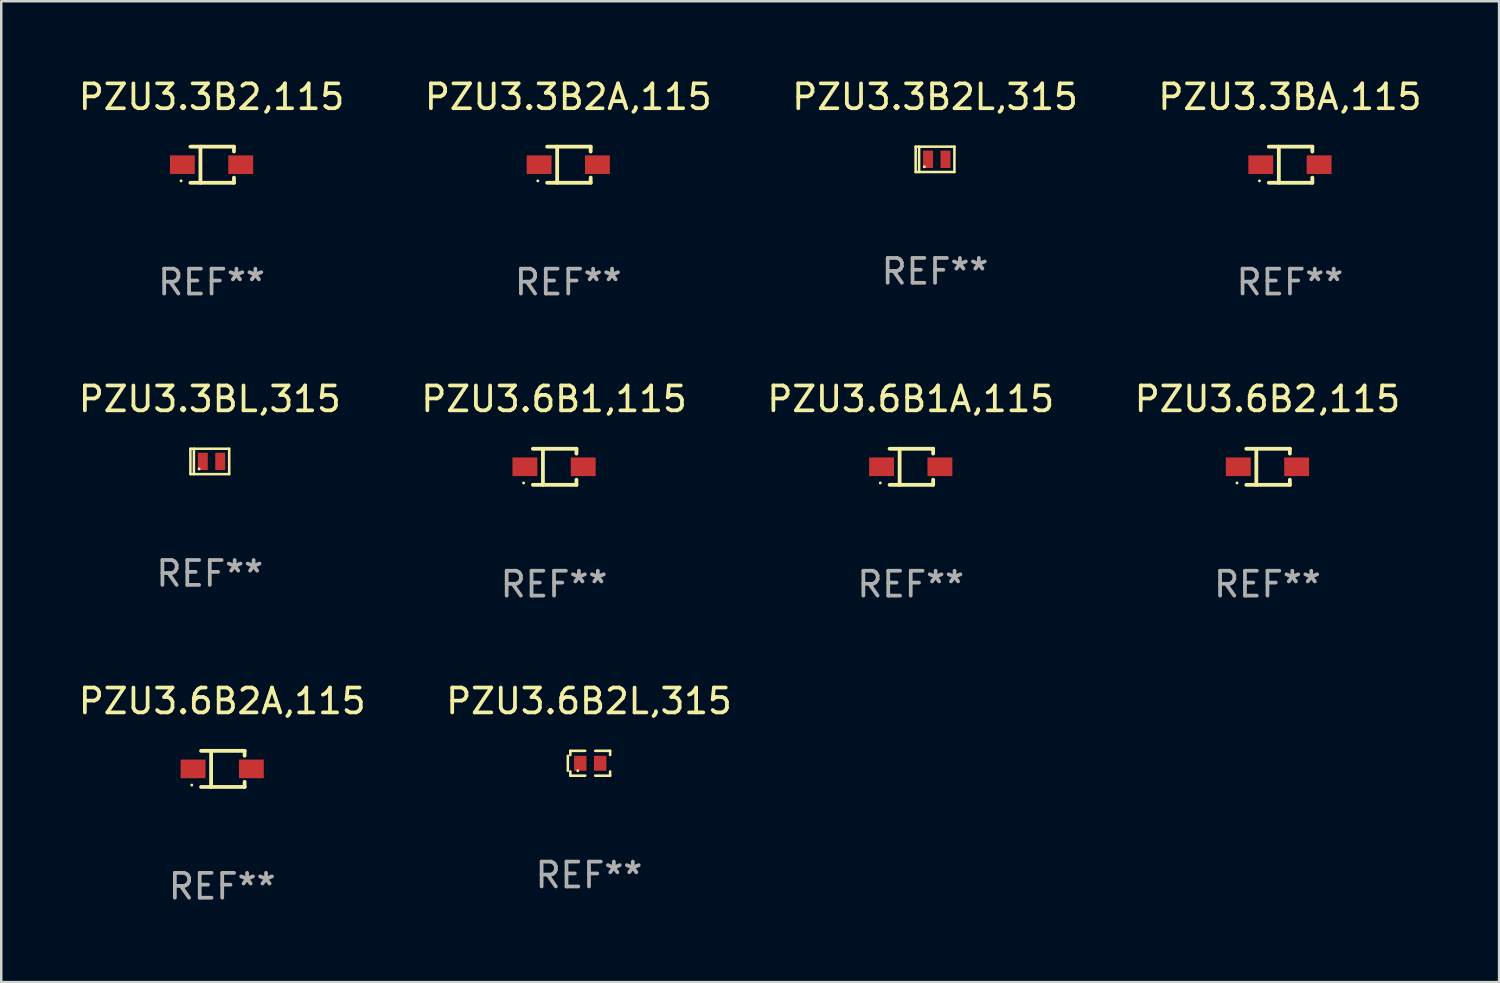
<source format=kicad_pcb>
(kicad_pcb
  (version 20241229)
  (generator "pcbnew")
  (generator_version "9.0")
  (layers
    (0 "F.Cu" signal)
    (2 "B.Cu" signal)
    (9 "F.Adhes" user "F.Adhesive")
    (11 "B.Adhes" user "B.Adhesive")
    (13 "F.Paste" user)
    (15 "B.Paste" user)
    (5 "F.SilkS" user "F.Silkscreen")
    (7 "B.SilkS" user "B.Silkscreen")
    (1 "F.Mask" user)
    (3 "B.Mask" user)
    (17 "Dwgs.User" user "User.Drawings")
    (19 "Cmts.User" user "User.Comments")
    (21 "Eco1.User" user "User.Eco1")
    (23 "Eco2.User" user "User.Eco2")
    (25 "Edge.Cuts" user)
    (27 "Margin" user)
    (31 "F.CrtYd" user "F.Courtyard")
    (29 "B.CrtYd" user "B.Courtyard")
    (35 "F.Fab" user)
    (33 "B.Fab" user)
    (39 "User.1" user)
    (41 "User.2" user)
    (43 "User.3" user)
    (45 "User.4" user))
  (footprint "PZU3.3B2,115"
    (layer "F.Cu")
    (at 5.458 3.574)
    (property "Reference" "PZU3.3B2,115" (at 0 -2.726 0) (layer "F.SilkS") (effects (font (size 1 1) (thickness 0.15))))
    (attr through_hole)
    (fp_line (start -0.851 -0.726) (end 0.901 -0.726) (stroke (width 0.152) (type solid)) (layer "F.SilkS"))
    (fp_line (start -0.851 0.726) (end 0.901 0.726) (stroke (width 0.152) (type solid)) (layer "F.SilkS"))
    (fp_line (start -0.447 -0.726) (end -0.447 0.726) (stroke (width 0.152) (type solid)) (layer "F.SilkS"))
    (fp_line (start 0.901 -0.726) (end 0.901 -0.53) (stroke (width 0.152) (type solid)) (layer "F.SilkS"))
    (fp_line (start 0.901 0.726) (end 0.901 0.52) (stroke (width 0.152) (type solid)) (layer "F.SilkS"))
    (fp_circle (center -1.225 0.65) (end -1.195 0.65) (stroke (width 0.06) (type solid)) (fill no) (layer "F.SilkS"))
    (fp_text user "REF**" (at 0 4.726 0) (layer "F.Fab") (effects (font (size 1 1) (thickness 0.15))))
    (pad "1" smd rect (at -1.173 0) (size 1 0.75) (layers "F.Cu" "F.Mask" "F.Paste"))
    (pad "2" smd rect (at 1.173 0) (size 1 0.75) (layers "F.Cu" "F.Mask" "F.Paste")))
  (footprint "PZU3.3B2L,315"
    (layer "F.Cu")
    (at 34.554 3.358)
    (property "Reference" "PZU3.3B2L,315" (at 0 -2.51 0) (layer "F.SilkS") (effects (font (size 1 1) (thickness 0.15))))
    (attr through_hole)
    (fp_line (start -0.78 -0.51) (end -0.78 0.51) (stroke (width 0.102) (type solid)) (layer "F.SilkS"))
    (fp_line (start -0.78 -0.51) (end 0.78 -0.51) (stroke (width 0.102) (type solid)) (layer "F.SilkS"))
    (fp_line (start -0.78 0.51) (end 0.78 0.51) (stroke (width 0.102) (type solid)) (layer "F.SilkS"))
    (fp_line (start -0.64 -0.51) (end -0.64 0.51) (stroke (width 0.102) (type solid)) (layer "F.SilkS"))
    (fp_line (start 0.78 -0.51) (end 0.78 0.51) (stroke (width 0.102) (type solid)) (layer "F.SilkS"))
    (fp_circle (center -0.43 0.3) (end -0.4 0.3) (stroke (width 0.06) (type solid)) (fill no) (layer "F.SilkS"))
    (fp_text user "REF**" (at 0 4.51 0) (layer "F.Fab") (effects (font (size 1 1) (thickness 0.15))))
    (pad "1" smd rect (at -0.28 0) (size 0.4 0.7) (layers "F.Cu" "F.Mask" "F.Paste"))
    (pad "2" smd rect (at 0.42 0) (size 0.4 0.7) (layers "F.Cu" "F.Mask" "F.Paste")))
  (footprint "PZU3.6B1A,115"
    (layer "F.Cu")
    (at 33.577 15.723)
    (property "Reference" "PZU3.6B1A,115" (at 0 -2.726 0) (layer "F.SilkS") (effects (font (size 1 1) (thickness 0.15))))
    (attr through_hole)
    (fp_line (start -0.851 -0.726) (end 0.901 -0.726) (stroke (width 0.152) (type solid)) (layer "F.SilkS"))
    (fp_line (start -0.851 0.726) (end 0.901 0.726) (stroke (width 0.152) (type solid)) (layer "F.SilkS"))
    (fp_line (start -0.447 -0.726) (end -0.447 0.726) (stroke (width 0.152) (type solid)) (layer "F.SilkS"))
    (fp_line (start 0.901 -0.726) (end 0.901 -0.53) (stroke (width 0.152) (type solid)) (layer "F.SilkS"))
    (fp_line (start 0.901 0.726) (end 0.901 0.52) (stroke (width 0.152) (type solid)) (layer "F.SilkS"))
    (fp_circle (center -1.225 0.65) (end -1.195 0.65) (stroke (width 0.06) (type solid)) (fill no) (layer "F.SilkS"))
    (fp_text user "REF**" (at 0 4.726 0) (layer "F.Fab") (effects (font (size 1 1) (thickness 0.15))))
    (pad "1" smd rect (at -1.173 0) (size 1 0.75) (layers "F.Cu" "F.Mask" "F.Paste"))
    (pad "2" smd rect (at 1.173 0) (size 1 0.75) (layers "F.Cu" "F.Mask" "F.Paste")))
  (footprint "PZU3.3BA,115"
    (layer "F.Cu")
    (at 48.827 3.574)
    (property "Reference" "PZU3.3BA,115" (at 0 -2.726 0) (layer "F.SilkS") (effects (font (size 1 1) (thickness 0.15))))
    (attr through_hole)
    (fp_line (start -0.851 -0.726) (end 0.901 -0.726) (stroke (width 0.152) (type solid)) (layer "F.SilkS"))
    (fp_line (start -0.851 0.726) (end 0.901 0.726) (stroke (width 0.152) (type solid)) (layer "F.SilkS"))
    (fp_line (start -0.447 -0.726) (end -0.447 0.726) (stroke (width 0.152) (type solid)) (layer "F.SilkS"))
    (fp_line (start 0.901 -0.726) (end 0.901 -0.53) (stroke (width 0.152) (type solid)) (layer "F.SilkS"))
    (fp_line (start 0.901 0.726) (end 0.901 0.52) (stroke (width 0.152) (type solid)) (layer "F.SilkS"))
    (fp_circle (center -1.225 0.65) (end -1.195 0.65) (stroke (width 0.06) (type solid)) (fill no) (layer "F.SilkS"))
    (fp_text user "REF**" (at 0 4.726 0) (layer "F.Fab") (effects (font (size 1 1) (thickness 0.15))))
    (pad "1" smd rect (at -1.173 0) (size 1 0.75) (layers "F.Cu" "F.Mask" "F.Paste"))
    (pad "2" smd rect (at 1.173 0) (size 1 0.75) (layers "F.Cu" "F.Mask" "F.Paste")))
  (footprint "PZU3.6B2L,315"
    (layer "F.Cu")
    (at 20.637 27.646)
    (property "Reference" "PZU3.6B2L,315" (at 0 -2.5 0) (layer "F.SilkS") (effects (font (size 1 1) (thickness 0.15))))
    (attr through_hole)
    (fp_line (start -0.85 -0.3) (end -0.85 0.3) (stroke (width 0.102) (type solid)) (layer "F.SilkS"))
    (fp_line (start -0.75 -0.5) (end -0.75 -0.329) (stroke (width 0.102) (type solid)) (layer "F.SilkS"))
    (fp_line (start -0.75 0.329) (end -0.75 0.5) (stroke (width 0.102) (type solid)) (layer "F.SilkS"))
    (fp_line (start -0.75 0.5) (end -0.15 0.5) (stroke (width 0.102) (type solid)) (layer "F.SilkS"))
    (fp_line (start -0.15 -0.5) (end -0.75 -0.5) (stroke (width 0.102) (type solid)) (layer "F.SilkS"))
    (fp_line (start 0.25 -0.5) (end 0.85 -0.5) (stroke (width 0.102) (type solid)) (layer "F.SilkS"))
    (fp_line (start 0.85 -0.5) (end 0.85 -0.33) (stroke (width 0.102) (type solid)) (layer "F.SilkS"))
    (fp_line (start 0.85 0.33) (end 0.85 0.5) (stroke (width 0.102) (type solid)) (layer "F.SilkS"))
    (fp_line (start 0.85 0.5) (end 0.25 0.5) (stroke (width 0.102) (type solid)) (layer "F.SilkS"))
    (fp_circle (center -0.45 0.3) (end -0.42 0.3) (stroke (width 0.06) (type solid)) (fill no) (layer "F.SilkS"))
    (fp_text user "REF**" (at 0 4.5 0) (layer "F.Fab") (effects (font (size 1 1) (thickness 0.15))))
    (pad "1" smd rect (at -0.35 0) (size 0.5 0.6) (layers "F.Cu" "F.Mask" "F.Paste"))
    (pad "2" smd rect (at 0.45 0) (size 0.5 0.6) (layers "F.Cu" "F.Mask" "F.Paste")))
  (footprint "PZU3.3B2A,115"
    (layer "F.Cu")
    (at 19.804 3.574)
    (property "Reference" "PZU3.3B2A,115" (at 0 -2.726 0) (layer "F.SilkS") (effects (font (size 1 1) (thickness 0.15))))
    (attr through_hole)
    (fp_line (start -0.851 -0.726) (end 0.901 -0.726) (stroke (width 0.152) (type solid)) (layer "F.SilkS"))
    (fp_line (start -0.851 0.726) (end 0.901 0.726) (stroke (width 0.152) (type solid)) (layer "F.SilkS"))
    (fp_line (start -0.447 -0.726) (end -0.447 0.726) (stroke (width 0.152) (type solid)) (layer "F.SilkS"))
    (fp_line (start 0.901 -0.726) (end 0.901 -0.53) (stroke (width 0.152) (type solid)) (layer "F.SilkS"))
    (fp_line (start 0.901 0.726) (end 0.901 0.52) (stroke (width 0.152) (type solid)) (layer "F.SilkS"))
    (fp_circle (center -1.225 0.65) (end -1.195 0.65) (stroke (width 0.06) (type solid)) (fill no) (layer "F.SilkS"))
    (fp_text user "REF**" (at 0 4.726 0) (layer "F.Fab") (effects (font (size 1 1) (thickness 0.15))))
    (pad "1" smd rect (at -1.173 0) (size 1 0.75) (layers "F.Cu" "F.Mask" "F.Paste"))
    (pad "2" smd rect (at 1.173 0) (size 1 0.75) (layers "F.Cu" "F.Mask" "F.Paste")))
  (footprint "PZU3.3BL,315"
    (layer "F.Cu")
    (at 5.387 15.507)
    (property "Reference" "PZU3.3BL,315" (at 0 -2.51 0) (layer "F.SilkS") (effects (font (size 1 1) (thickness 0.15))))
    (attr through_hole)
    (fp_line (start -0.78 -0.51) (end -0.78 0.51) (stroke (width 0.102) (type solid)) (layer "F.SilkS"))
    (fp_line (start -0.78 -0.51) (end 0.78 -0.51) (stroke (width 0.102) (type solid)) (layer "F.SilkS"))
    (fp_line (start -0.78 0.51) (end 0.78 0.51) (stroke (width 0.102) (type solid)) (layer "F.SilkS"))
    (fp_line (start -0.64 -0.51) (end -0.64 0.51) (stroke (width 0.102) (type solid)) (layer "F.SilkS"))
    (fp_line (start 0.78 -0.51) (end 0.78 0.51) (stroke (width 0.102) (type solid)) (layer "F.SilkS"))
    (fp_circle (center -0.43 0.3) (end -0.4 0.3) (stroke (width 0.06) (type solid)) (fill no) (layer "F.SilkS"))
    (fp_text user "REF**" (at 0 4.51 0) (layer "F.Fab") (effects (font (size 1 1) (thickness 0.15))))
    (pad "1" smd rect (at -0.28 0) (size 0.4 0.7) (layers "F.Cu" "F.Mask" "F.Paste"))
    (pad "2" smd rect (at 0.42 0) (size 0.4 0.7) (layers "F.Cu" "F.Mask" "F.Paste")))
  (footprint "PZU3.6B2,115"
    (layer "F.Cu")
    (at 47.923 15.723)
    (property "Reference" "PZU3.6B2,115" (at 0 -2.726 0) (layer "F.SilkS") (effects (font (size 1 1) (thickness 0.15))))
    (attr through_hole)
    (fp_line (start -0.851 -0.726) (end 0.901 -0.726) (stroke (width 0.152) (type solid)) (layer "F.SilkS"))
    (fp_line (start -0.851 0.726) (end 0.901 0.726) (stroke (width 0.152) (type solid)) (layer "F.SilkS"))
    (fp_line (start -0.447 -0.726) (end -0.447 0.726) (stroke (width 0.152) (type solid)) (layer "F.SilkS"))
    (fp_line (start 0.901 -0.726) (end 0.901 -0.53) (stroke (width 0.152) (type solid)) (layer "F.SilkS"))
    (fp_line (start 0.901 0.726) (end 0.901 0.52) (stroke (width 0.152) (type solid)) (layer "F.SilkS"))
    (fp_circle (center -1.225 0.65) (end -1.195 0.65) (stroke (width 0.06) (type solid)) (fill no) (layer "F.SilkS"))
    (fp_text user "REF**" (at 0 4.726 0) (layer "F.Fab") (effects (font (size 1 1) (thickness 0.15))))
    (pad "1" smd rect (at -1.173 0) (size 1 0.75) (layers "F.Cu" "F.Mask" "F.Paste"))
    (pad "2" smd rect (at 1.173 0) (size 1 0.75) (layers "F.Cu" "F.Mask" "F.Paste")))
  (footprint "PZU3.6B2A,115"
    (layer "F.Cu")
    (at 5.887 27.872)
    (property "Reference" "PZU3.6B2A,115" (at 0 -2.726 0) (layer "F.SilkS") (effects (font (size 1 1) (thickness 0.15))))
    (attr through_hole)
    (fp_line (start -0.851 -0.726) (end 0.901 -0.726) (stroke (width 0.152) (type solid)) (layer "F.SilkS"))
    (fp_line (start -0.851 0.726) (end 0.901 0.726) (stroke (width 0.152) (type solid)) (layer "F.SilkS"))
    (fp_line (start -0.447 -0.726) (end -0.447 0.726) (stroke (width 0.152) (type solid)) (layer "F.SilkS"))
    (fp_line (start 0.901 -0.726) (end 0.901 -0.53) (stroke (width 0.152) (type solid)) (layer "F.SilkS"))
    (fp_line (start 0.901 0.726) (end 0.901 0.52) (stroke (width 0.152) (type solid)) (layer "F.SilkS"))
    (fp_circle (center -1.225 0.65) (end -1.195 0.65) (stroke (width 0.06) (type solid)) (fill no) (layer "F.SilkS"))
    (fp_text user "REF**" (at 0 4.726 0) (layer "F.Fab") (effects (font (size 1 1) (thickness 0.15))))
    (pad "1" smd rect (at -1.173 0) (size 1 0.75) (layers "F.Cu" "F.Mask" "F.Paste"))
    (pad "2" smd rect (at 1.173 0) (size 1 0.75) (layers "F.Cu" "F.Mask" "F.Paste")))
  (footprint "PZU3.6B1,115"
    (layer "F.Cu")
    (at 19.232 15.723)
    (property "Reference" "PZU3.6B1,115" (at 0 -2.726 0) (layer "F.SilkS") (effects (font (size 1 1) (thickness 0.15))))
    (attr through_hole)
    (fp_line (start -0.851 -0.726) (end 0.901 -0.726) (stroke (width 0.152) (type solid)) (layer "F.SilkS"))
    (fp_line (start -0.851 0.726) (end 0.901 0.726) (stroke (width 0.152) (type solid)) (layer "F.SilkS"))
    (fp_line (start -0.447 -0.726) (end -0.447 0.726) (stroke (width 0.152) (type solid)) (layer "F.SilkS"))
    (fp_line (start 0.901 -0.726) (end 0.901 -0.53) (stroke (width 0.152) (type solid)) (layer "F.SilkS"))
    (fp_line (start 0.901 0.726) (end 0.901 0.52) (stroke (width 0.152) (type solid)) (layer "F.SilkS"))
    (fp_circle (center -1.225 0.65) (end -1.195 0.65) (stroke (width 0.06) (type solid)) (fill no) (layer "F.SilkS"))
    (fp_text user "REF**" (at 0 4.726 0) (layer "F.Fab") (effects (font (size 1 1) (thickness 0.15))))
    (pad "1" smd rect (at -1.173 0) (size 1 0.75) (layers "F.Cu" "F.Mask" "F.Paste"))
    (pad "2" smd rect (at 1.173 0) (size 1 0.75) (layers "F.Cu" "F.Mask" "F.Paste")))
  (gr_rect
    (start -3 -3)
    (end 57.238 36.447)
    (stroke (width 0.1) (type default))
    (fill no)
    (layer "Edge.Cuts")))
</source>
